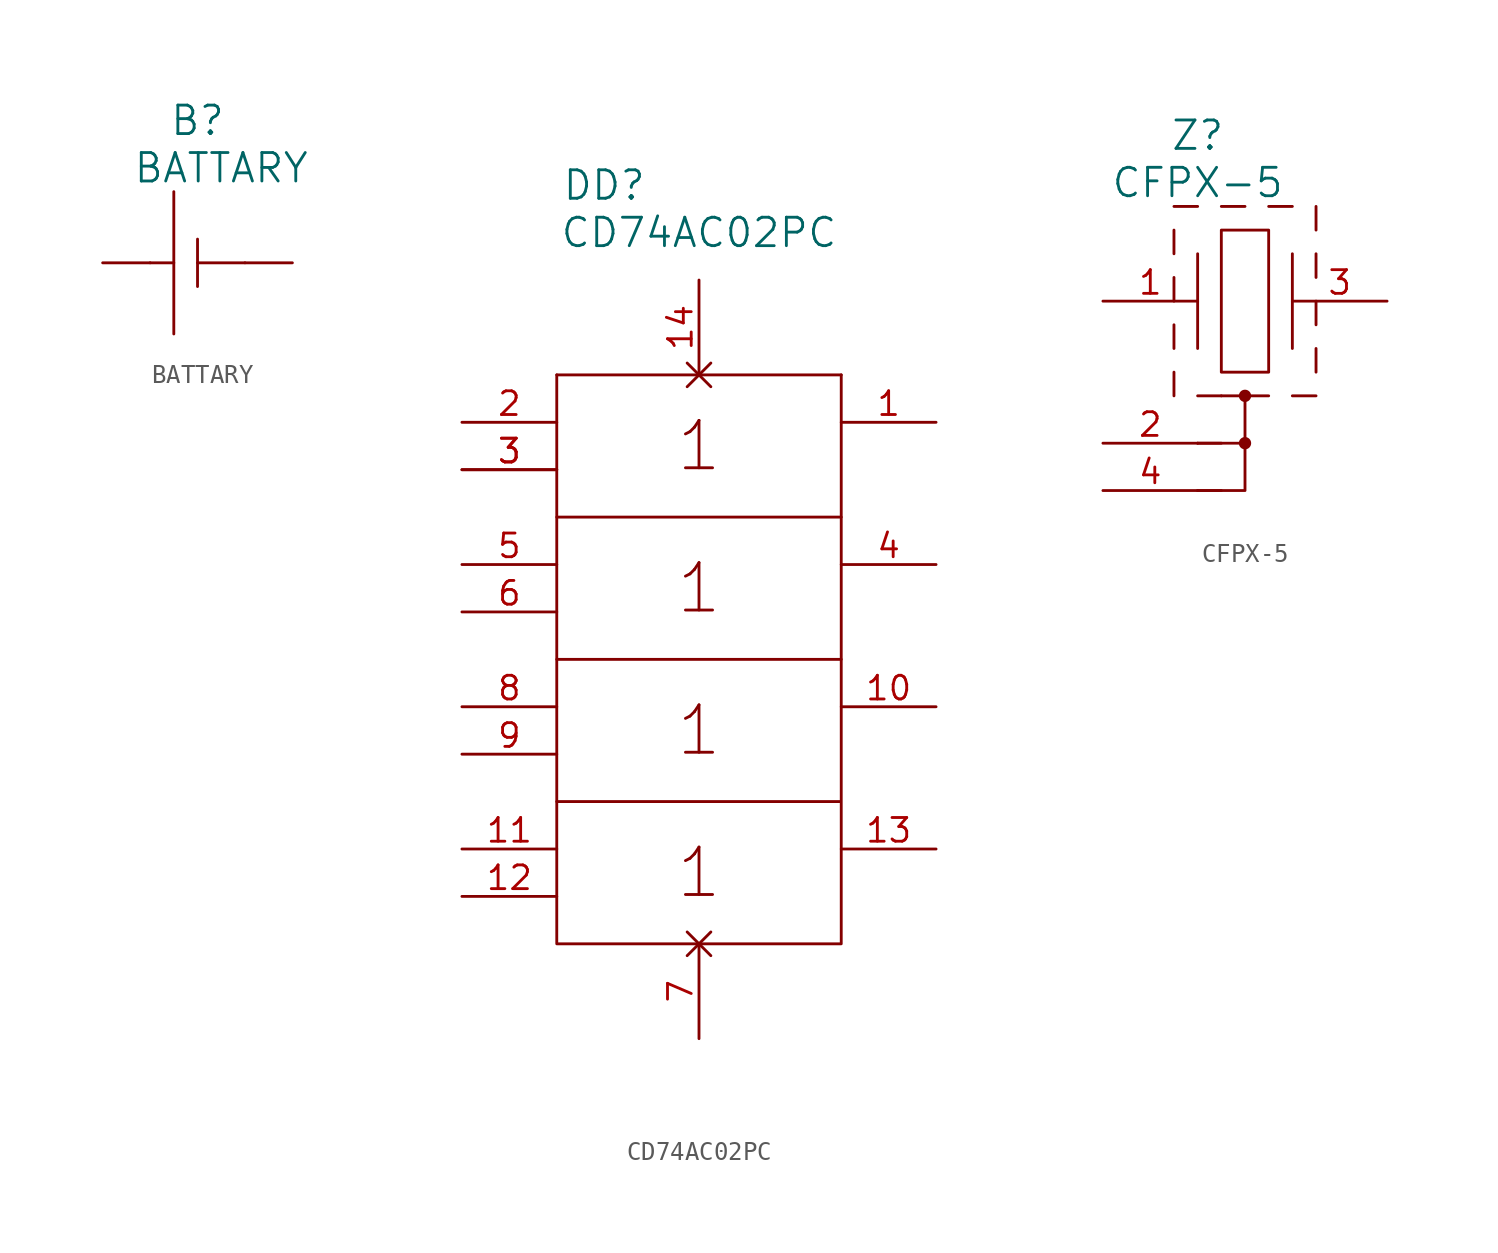
<source format=kicad_sym>
(kicad_symbol_lib
  (version 20211014)
  (generator kicad_symbol_editor)
  (symbol "BATTARY"
    (pin_numbers hide)
    (pin_names
      (offset 1.016))
    (property "Reference" "B"
      (at 5.08 7.62 0)
      (effects (font (size 1.524 1.524))))
    (property "Value" "BATTARY"
      (at 6.35 5.08 0)
      (effects (font (size 1.524 1.524))))
    (property "Footprint" ""
      (at 0 0 0)
      (effects (font (size 1.524 1.524))))
    (property "Datasheet" ""
      (at 0 0 0)
      (effects (font (size 1.524 1.524))))
    (symbol "BATTARY_0_1"
      (polyline (pts (xy 5.08 0) (xy 7.62 0)) (stroke (width 0) (type default) (color 0 0 0 0)) (fill (type none)))
      (polyline (pts (xy 2.54 0) (xy 3.81 0) (xy 3.81 0)) (stroke (width 0) (type default) (color 0 0 0 0)) (fill (type none)))
      (polyline (pts (xy 3.81 3.81) (xy 3.81 -3.81) (xy 3.81 -3.81)) (stroke (width 0) (type default) (color 0 0 0 0)) (fill (type none)))
      (polyline (pts (xy 5.08 1.27) (xy 5.08 -1.27) (xy 5.08 -1.27)) (stroke (width 0) (type default) (color 0 0 0 0)) (fill (type none))))
    (symbol "BATTARY_1_1"
      (pin passive line (at 0 0 0) (length 2.54) (name "~" (effects (font (size 1.27 1.27)))) (number "1" (effects (font (size 1.27 1.27)))))
      (pin passive line (at 10.16 0 180) (length 2.54) (name "~" (effects (font (size 1.27 1.27)))) (number "2" (effects (font (size 1.27 1.27)))))))
  (symbol "CD74AC02PC"
    (pin_names
      (offset 1.016))
    (property "Reference" "DD"
      (at 2.54 10.16 0)
      (effects (font (size 1.524 1.524))))
    (property "Value" "CD74AC02PC"
      (at 7.62 7.62 0)
      (effects (font (size 1.524 1.524))))
    (property "Footprint" ""
      (at 0 0 0)
      (effects (font (size 1.524 1.524))))
    (property "Datasheet" ""
      (at 0 0 0)
      (effects (font (size 1.524 1.524))))
    (symbol "CD74AC02PC_0_0"
      (polyline (pts (xy 6.985 -31.115) (xy 8.255 -29.845)) (stroke (width 0) (type default) (color 0 0 0 0)) (fill (type none)))
      (polyline (pts (xy 6.985 -29.845) (xy 8.255 -31.115)) (stroke (width 0) (type default) (color 0 0 0 0)) (fill (type none)))
      (polyline (pts (xy 8.255 -0.635) (xy 6.985 0.635)) (stroke (width 0) (type default) (color 0 0 0 0)) (fill (type none)))
      (polyline (pts (xy 8.255 0.635) (xy 6.985 -0.635)) (stroke (width 0) (type default) (color 0 0 0 0)) (fill (type none)))
      (text "1" (at 7.62 -26.67 0) (effects (font (size 2.54 2.54))))
      (text "1" (at 7.62 -19.05 0) (effects (font (size 2.54 2.54))))
      (text "1" (at 7.62 -11.43 0) (effects (font (size 2.54 2.54))))
      (text "1" (at 7.62 -3.81 0) (effects (font (size 2.54 2.54)))))
    (symbol "CD74AC02PC_0_1"
      (polyline (pts (xy 0 -22.86) (xy 0 -15.24)) (stroke (width 0) (type default) (color 0 0 0 0)) (fill (type none)))
      (polyline (pts (xy 0 0) (xy 15.24 0)) (stroke (width 0) (type default) (color 0 0 0 0)) (fill (type none)))
      (polyline (pts (xy 15.24 -15.24) (xy 15.24 -7.62)) (stroke (width 0) (type default) (color 0 0 0 0)) (fill (type none)))
      (polyline (pts (xy 0 -7.62) (xy 0 0) (xy 0 0)) (stroke (width 0) (type default) (color 0 0 0 0)) (fill (type none)))
      (polyline (pts (xy 15.24 0) (xy 15.24 -7.62) (xy 0 -7.62) (xy 0 -15.24) (xy 15.24 -15.24) (xy 15.24 -21.59) (xy 15.24 -22.86) (xy 0 -22.86) (xy 0 -30.48) (xy 15.24 -30.48) (xy 15.24 -22.86)) (stroke (width 0) (type default) (color 0 0 0 0)) (fill (type none))))
    (symbol "CD74AC02PC_1_1"
      (pin passive line (at 20.32 -2.54 180) (length 5.08) (name "~" (effects (font (size 1.27 1.27)))) (number "1" (effects (font (size 1.27 1.27)))))
      (pin passive line (at 20.32 -17.78 180) (length 5.08) (name "~" (effects (font (size 1.27 1.27)))) (number "10" (effects (font (size 1.27 1.27)))))
      (pin passive line (at -5.08 -25.4 0) (length 5.08) (name "~" (effects (font (size 1.27 1.27)))) (number "11" (effects (font (size 1.27 1.27)))))
      (pin passive line (at -5.08 -27.94 0) (length 5.08) (name "~" (effects (font (size 1.27 1.27)))) (number "12" (effects (font (size 1.27 1.27)))))
      (pin passive line (at 20.32 -25.4 180) (length 5.08) (name "~" (effects (font (size 1.27 1.27)))) (number "13" (effects (font (size 1.27 1.27)))))
      (pin passive line (at 7.62 5.08 270) (length 5.08) (name "~" (effects (font (size 1.27 1.27)))) (number "14" (effects (font (size 1.27 1.27)))))
      (pin passive line (at -5.08 -2.54 0) (length 5.08) (name "~" (effects (font (size 1.27 1.27)))) (number "2" (effects (font (size 1.27 1.27)))))
      (pin passive line (at -5.08 -5.08 0) (length 5.08) (name "~" (effects (font (size 1.27 1.27)))) (number "3" (effects (font (size 1.27 1.27)))))
      (pin passive line (at -5.08 -5.08 0) (length 5.08) (name "~" (effects (font (size 1.27 1.27)))) (number "3" (effects (font (size 1.27 1.27)))))
      (pin passive line (at 20.32 -10.16 180) (length 5.08) (name "~" (effects (font (size 1.27 1.27)))) (number "4" (effects (font (size 1.27 1.27)))))
      (pin passive line (at -5.08 -10.16 0) (length 5.08) (name "~" (effects (font (size 1.27 1.27)))) (number "5" (effects (font (size 1.27 1.27)))))
      (pin passive line (at -5.08 -12.7 0) (length 5.08) (name "~" (effects (font (size 1.27 1.27)))) (number "6" (effects (font (size 1.27 1.27)))))
      (pin passive line (at 7.62 -35.56 90) (length 5.08) (name "~" (effects (font (size 1.27 1.27)))) (number "7" (effects (font (size 1.27 1.27)))))
      (pin passive line (at -5.08 -17.78 0) (length 5.08) (name "~" (effects (font (size 1.27 1.27)))) (number "8" (effects (font (size 1.27 1.27)))))
      (pin passive line (at -5.08 -20.32 0) (length 5.08) (name "~" (effects (font (size 1.27 1.27)))) (number "9" (effects (font (size 1.27 1.27)))))))
  (symbol "CFPX-5"
    (pin_names
      (offset 1.016))
    (property "Reference" "Z"
      (at 5.08 8.89 0)
      (effects (font (size 1.524 1.524))))
    (property "Value" "CFPX-5"
      (at 5.08 6.35 0)
      (effects (font (size 1.524 1.524))))
    (property "Footprint" ""
      (at 0 0 0)
      (effects (font (size 1.524 1.524))))
    (property "Datasheet" ""
      (at 0 0 0)
      (effects (font (size 1.524 1.524))))
    (symbol "CFPX-5_0_1"
      (polyline (pts (xy 3.81 -5.08) (xy 3.81 -3.81)) (stroke (width 0) (type default) (color 0 0 0 0)) (fill (type none)))
      (polyline (pts (xy 3.81 -2.54) (xy 3.81 -1.27)) (stroke (width 0) (type default) (color 0 0 0 0)) (fill (type none)))
      (polyline (pts (xy 3.81 0) (xy 3.81 1.27)) (stroke (width 0) (type default) (color 0 0 0 0)) (fill (type none)))
      (polyline (pts (xy 3.81 2.54) (xy 3.81 3.81)) (stroke (width 0) (type default) (color 0 0 0 0)) (fill (type none)))
      (polyline (pts (xy 3.81 5.08) (xy 5.08 5.08)) (stroke (width 0) (type default) (color 0 0 0 0)) (fill (type none)))
      (polyline (pts (xy 5.08 -10.16) (xy 6.35 -10.16)) (stroke (width 0) (type default) (color 0 0 0 0)) (fill (type outline)))
      (polyline (pts (xy 5.08 2.54) (xy 5.08 -2.54)) (stroke (width 0) (type default) (color 0 0 0 0)) (fill (type none)))
      (polyline (pts (xy 6.35 -5.08) (xy 5.08 -5.08)) (stroke (width 0) (type default) (color 0 0 0 0)) (fill (type none)))
      (polyline (pts (xy 6.35 -5.08) (xy 7.62 -5.08)) (stroke (width 0) (type default) (color 0 0 0 0)) (fill (type none)))
      (polyline (pts (xy 6.35 5.08) (xy 7.62 5.08)) (stroke (width 0) (type default) (color 0 0 0 0)) (fill (type none)))
      (polyline (pts (xy 8.89 -5.08) (xy 7.62 -5.08)) (stroke (width 0) (type default) (color 0 0 0 0)) (fill (type none)))
      (polyline (pts (xy 8.89 5.08) (xy 10.16 5.08)) (stroke (width 0) (type default) (color 0 0 0 0)) (fill (type none)))
      (polyline (pts (xy 11.43 -5.08) (xy 10.16 -5.08)) (stroke (width 0) (type default) (color 0 0 0 0)) (fill (type none)))
      (polyline (pts (xy 11.43 -2.54) (xy 11.43 -3.81)) (stroke (width 0) (type default) (color 0 0 0 0)) (fill (type none)))
      (polyline (pts (xy 11.43 0) (xy 11.43 -1.27)) (stroke (width 0) (type default) (color 0 0 0 0)) (fill (type none)))
      (polyline (pts (xy 11.43 2.54) (xy 11.43 1.27)) (stroke (width 0) (type default) (color 0 0 0 0)) (fill (type none)))
      (polyline (pts (xy 11.43 5.08) (xy 11.43 3.81)) (stroke (width 0) (type default) (color 0 0 0 0)) (fill (type none)))
      (polyline (pts (xy 5.08 -10.16) (xy 7.62 -10.16) (xy 7.62 -7.62)) (stroke (width 0) (type default) (color 0 0 0 0)) (fill (type none)))
      (polyline (pts (xy 5.08 -7.62) (xy 6.35 -7.62) (xy 6.35 -7.62)) (stroke (width 0) (type default) (color 0 0 0 0)) (fill (type outline)))
      (polyline (pts (xy 5.08 -7.62) (xy 7.62 -7.62) (xy 7.62 -5.08)) (stroke (width 0) (type default) (color 0 0 0 0)) (fill (type none)))
      (polyline (pts (xy 10.16 2.54) (xy 10.16 -2.54) (xy 10.16 -2.54)) (stroke (width 0) (type default) (color 0 0 0 0)) (fill (type none)))
      (polyline (pts (xy 6.35 3.81) (xy 8.89 3.81) (xy 8.89 -3.81) (xy 6.35 -3.81) (xy 6.35 3.81) (xy 6.35 3.81)) (stroke (width 0) (type default) (color 0 0 0 0)) (fill (type none)))
      (circle (center 7.62 -7.62) (radius 0.254) (stroke (width 0) (type default) (color 0 0 0 0)) (fill (type outline)))
      (circle (center 7.62 -5.08) (radius 0.254) (stroke (width 0) (type default) (color 0 0 0 0)) (fill (type outline))))
    (symbol "CFPX-5_1_1"
      (pin passive line (at 0 0 0) (length 5.08) (name "~" (effects (font (size 1.27 1.27)))) (number "1" (effects (font (size 1.27 1.27)))))
      (pin input line (at 0 -7.62 0) (length 5.08) (name "~" (effects (font (size 1.27 1.27)))) (number "2" (effects (font (size 1.27 1.27)))))
      (pin passive line (at 15.24 0 180) (length 5.08) (name "~" (effects (font (size 1.27 1.27)))) (number "3" (effects (font (size 1.27 1.27)))))
      (pin input line (at 0 -10.16 0) (length 5.08) (name "~" (effects (font (size 1.27 1.27)))) (number "4" (effects (font (size 1.27 1.27))))))))
</source>
